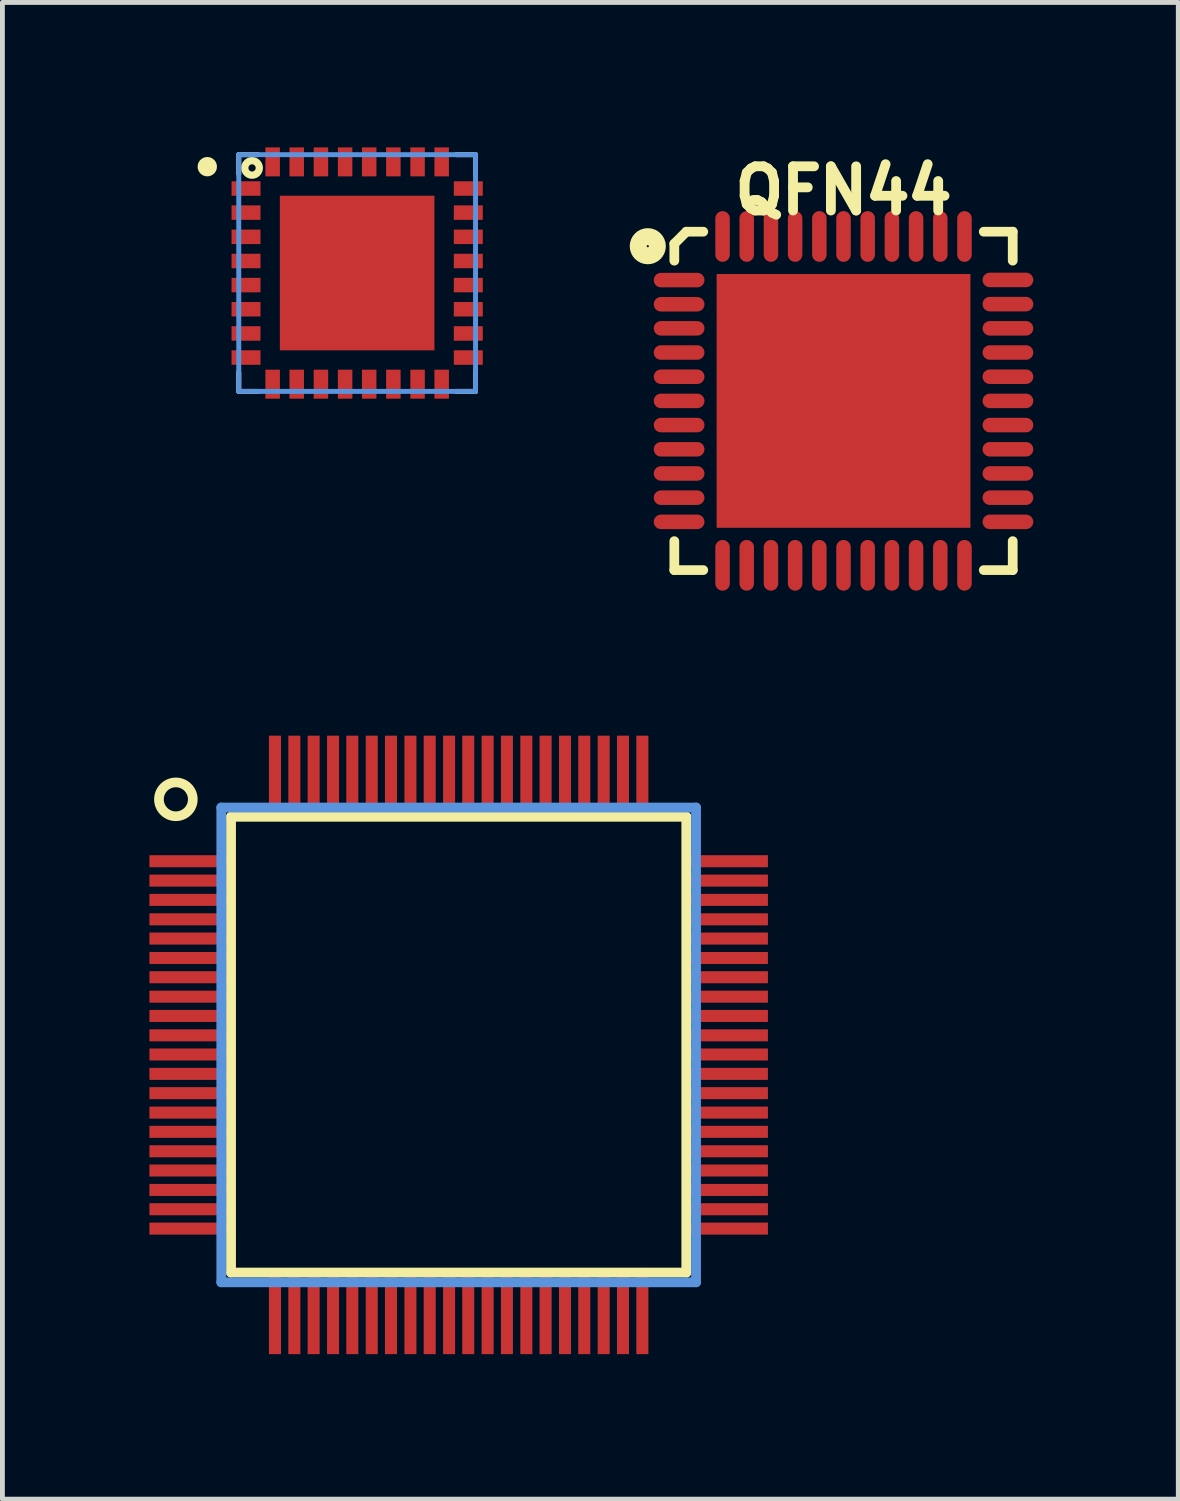
<source format=kicad_pcb>
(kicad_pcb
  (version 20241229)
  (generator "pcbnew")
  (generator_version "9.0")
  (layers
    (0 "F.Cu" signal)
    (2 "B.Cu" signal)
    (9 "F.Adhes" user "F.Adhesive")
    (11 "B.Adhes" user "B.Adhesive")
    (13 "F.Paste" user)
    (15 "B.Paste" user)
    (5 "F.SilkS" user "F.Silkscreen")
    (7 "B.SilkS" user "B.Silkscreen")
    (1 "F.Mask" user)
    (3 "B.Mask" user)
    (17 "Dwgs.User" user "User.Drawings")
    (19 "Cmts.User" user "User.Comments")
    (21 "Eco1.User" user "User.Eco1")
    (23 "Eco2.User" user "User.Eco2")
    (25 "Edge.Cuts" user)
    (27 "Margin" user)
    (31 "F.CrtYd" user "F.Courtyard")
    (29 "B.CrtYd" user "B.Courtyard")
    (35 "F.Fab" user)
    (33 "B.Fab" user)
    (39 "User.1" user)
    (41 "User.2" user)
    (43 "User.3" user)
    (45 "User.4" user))
  (footprint "QFP80_10mm_0.4mm"
    (layer "F.Cu")
    (at 6.438 18.565)
    (property "Reference" "QFP80_10mm_0.4mm" (at 0.05 1 0) (layer "Eco1.User") (effects (font (size 0.8 0.8) (thickness 0.125))))
    (attr through_hole)
    (fp_line (start -4.709 -4.719) (end 4.709 -4.719) (stroke (width 0.203) (type solid)) (layer "F.SilkS"))
    (fp_line (start -4.709 4.709) (end -4.709 -4.719) (stroke (width 0.203) (type solid)) (layer "F.SilkS"))
    (fp_line (start 4.709 -4.719) (end 4.709 4.709) (stroke (width 0.203) (type solid)) (layer "F.SilkS"))
    (fp_line (start 4.709 4.709) (end -4.709 4.709) (stroke (width 0.203) (type solid)) (layer "F.SilkS"))
    (fp_circle (center -5.85 -5.08) (end -5.5 -5.08) (stroke (width 0.2) (type solid)) (fill no) (layer "F.SilkS"))
    (fp_line (start -4.91 -4.91) (end -4.91 4.91) (stroke (width 0.203) (type solid)) (layer "Cmts.User"))
    (fp_line (start -4.91 4.91) (end 4.91 4.91) (stroke (width 0.203) (type solid)) (layer "Cmts.User"))
    (fp_line (start 4.91 -4.91) (end -4.91 -4.91) (stroke (width 0.203) (type solid)) (layer "Cmts.User"))
    (fp_line (start 4.91 4.91) (end 4.91 -4.91) (stroke (width 0.203) (type solid)) (layer "Cmts.User"))
    (pad "1" smd rect (at -5.598 -3.8 270) (size 0.249 1.598) (layers "F.Cu" "F.Mask" "F.Paste"))
    (pad "2" smd rect (at -5.598 -3.399 270) (size 0.249 1.598) (layers "F.Cu" "F.Mask" "F.Paste"))
    (pad "3" smd rect (at -5.598 -3 270) (size 0.249 1.598) (layers "F.Cu" "F.Mask" "F.Paste"))
    (pad "4" smd rect (at -5.598 -2.598 270) (size 0.249 1.598) (layers "F.Cu" "F.Mask" "F.Paste"))
    (pad "5" smd rect (at -5.598 -2.2 270) (size 0.249 1.598) (layers "F.Cu" "F.Mask" "F.Paste"))
    (pad "6" smd rect (at -5.598 -1.798 270) (size 0.249 1.598) (layers "F.Cu" "F.Mask" "F.Paste"))
    (pad "7" smd rect (at -5.598 -1.4 270) (size 0.249 1.598) (layers "F.Cu" "F.Mask" "F.Paste"))
    (pad "8" smd rect (at -5.598 -0.998 270) (size 0.249 1.598) (layers "F.Cu" "F.Mask" "F.Paste"))
    (pad "9" smd rect (at -5.598 -0.599 270) (size 0.249 1.598) (layers "F.Cu" "F.Mask" "F.Paste"))
    (pad "10" smd rect (at -5.598 -0.198 270) (size 0.249 1.598) (layers "F.Cu" "F.Mask" "F.Paste"))
    (pad "11" smd rect (at -5.598 0.198 270) (size 0.249 1.598) (layers "F.Cu" "F.Mask" "F.Paste"))
    (pad "12" smd rect (at -5.598 0.599 270) (size 0.249 1.598) (layers "F.Cu" "F.Mask" "F.Paste"))
    (pad "13" smd rect (at -5.598 0.998 270) (size 0.249 1.598) (layers "F.Cu" "F.Mask" "F.Paste"))
    (pad "14" smd rect (at -5.598 1.4 270) (size 0.249 1.598) (layers "F.Cu" "F.Mask" "F.Paste"))
    (pad "15" smd rect (at -5.598 1.798 270) (size 0.249 1.598) (layers "F.Cu" "F.Mask" "F.Paste"))
    (pad "16" smd rect (at -5.598 2.2 270) (size 0.249 1.598) (layers "F.Cu" "F.Mask" "F.Paste"))
    (pad "17" smd rect (at -5.598 2.598 270) (size 0.249 1.598) (layers "F.Cu" "F.Mask" "F.Paste"))
    (pad "18" smd rect (at -5.598 3 270) (size 0.249 1.598) (layers "F.Cu" "F.Mask" "F.Paste"))
    (pad "19" smd rect (at -5.598 3.399 270) (size 0.249 1.598) (layers "F.Cu" "F.Mask" "F.Paste"))
    (pad "20" smd rect (at -5.598 3.8 270) (size 0.249 1.598) (layers "F.Cu" "F.Mask" "F.Paste"))
    (pad "21" smd rect (at -3.8 5.598 270) (size 1.598 0.249) (layers "F.Cu" "F.Mask" "F.Paste"))
    (pad "22" smd rect (at -3.399 5.598 270) (size 1.598 0.249) (layers "F.Cu" "F.Mask" "F.Paste"))
    (pad "23" smd rect (at -3 5.598 270) (size 1.598 0.249) (layers "F.Cu" "F.Mask" "F.Paste"))
    (pad "24" smd rect (at -2.598 5.598 270) (size 1.598 0.249) (layers "F.Cu" "F.Mask" "F.Paste"))
    (pad "25" smd rect (at -2.2 5.598 270) (size 1.598 0.249) (layers "F.Cu" "F.Mask" "F.Paste"))
    (pad "26" smd rect (at -1.798 5.598 270) (size 1.598 0.249) (layers "F.Cu" "F.Mask" "F.Paste"))
    (pad "27" smd rect (at -1.4 5.598 270) (size 1.598 0.249) (layers "F.Cu" "F.Mask" "F.Paste"))
    (pad "28" smd rect (at -0.998 5.598 270) (size 1.598 0.249) (layers "F.Cu" "F.Mask" "F.Paste"))
    (pad "29" smd rect (at -0.599 5.598 270) (size 1.598 0.249) (layers "F.Cu" "F.Mask" "F.Paste"))
    (pad "30" smd rect (at -0.198 5.598 270) (size 1.598 0.249) (layers "F.Cu" "F.Mask" "F.Paste"))
    (pad "31" smd rect (at 0.198 5.598 270) (size 1.598 0.249) (layers "F.Cu" "F.Mask" "F.Paste"))
    (pad "32" smd rect (at 0.599 5.598 270) (size 1.598 0.249) (layers "F.Cu" "F.Mask" "F.Paste"))
    (pad "33" smd rect (at 0.998 5.598 270) (size 1.598 0.249) (layers "F.Cu" "F.Mask" "F.Paste"))
    (pad "34" smd rect (at 1.4 5.598 270) (size 1.598 0.249) (layers "F.Cu" "F.Mask" "F.Paste"))
    (pad "35" smd rect (at 1.798 5.598 270) (size 1.598 0.249) (layers "F.Cu" "F.Mask" "F.Paste"))
    (pad "36" smd rect (at 2.2 5.598 270) (size 1.598 0.249) (layers "F.Cu" "F.Mask" "F.Paste"))
    (pad "37" smd rect (at 2.598 5.598 270) (size 1.598 0.249) (layers "F.Cu" "F.Mask" "F.Paste"))
    (pad "38" smd rect (at 3 5.598 270) (size 1.598 0.249) (layers "F.Cu" "F.Mask" "F.Paste"))
    (pad "39" smd rect (at 3.399 5.598 270) (size 1.598 0.249) (layers "F.Cu" "F.Mask" "F.Paste"))
    (pad "40" smd rect (at 3.8 5.598 270) (size 1.598 0.249) (layers "F.Cu" "F.Mask" "F.Paste"))
    (pad "41" smd rect (at 5.598 3.8 270) (size 0.249 1.598) (layers "F.Cu" "F.Mask" "F.Paste"))
    (pad "42" smd rect (at 5.598 3.399 270) (size 0.249 1.598) (layers "F.Cu" "F.Mask" "F.Paste"))
    (pad "43" smd rect (at 5.598 3 270) (size 0.249 1.598) (layers "F.Cu" "F.Mask" "F.Paste"))
    (pad "44" smd rect (at 5.598 2.598 270) (size 0.249 1.598) (layers "F.Cu" "F.Mask" "F.Paste"))
    (pad "45" smd rect (at 5.598 2.2 270) (size 0.249 1.598) (layers "F.Cu" "F.Mask" "F.Paste"))
    (pad "46" smd rect (at 5.598 1.798 270) (size 0.249 1.598) (layers "F.Cu" "F.Mask" "F.Paste"))
    (pad "47" smd rect (at 5.598 1.4 270) (size 0.249 1.598) (layers "F.Cu" "F.Mask" "F.Paste"))
    (pad "48" smd rect (at 5.598 0.998 270) (size 0.249 1.598) (layers "F.Cu" "F.Mask" "F.Paste"))
    (pad "49" smd rect (at 5.598 0.599 270) (size 0.249 1.598) (layers "F.Cu" "F.Mask" "F.Paste"))
    (pad "50" smd rect (at 5.598 0.198 270) (size 0.249 1.598) (layers "F.Cu" "F.Mask" "F.Paste"))
    (pad "51" smd rect (at 5.598 -0.198 270) (size 0.249 1.598) (layers "F.Cu" "F.Mask" "F.Paste"))
    (pad "52" smd rect (at 5.598 -0.599 270) (size 0.249 1.598) (layers "F.Cu" "F.Mask" "F.Paste"))
    (pad "53" smd rect (at 5.598 -0.998 270) (size 0.249 1.598) (layers "F.Cu" "F.Mask" "F.Paste"))
    (pad "54" smd rect (at 5.598 -1.4 270) (size 0.249 1.598) (layers "F.Cu" "F.Mask" "F.Paste"))
    (pad "55" smd rect (at 5.598 -1.798 270) (size 0.249 1.598) (layers "F.Cu" "F.Mask" "F.Paste"))
    (pad "56" smd rect (at 5.598 -2.2 270) (size 0.249 1.598) (layers "F.Cu" "F.Mask" "F.Paste"))
    (pad "57" smd rect (at 5.598 -2.598 270) (size 0.249 1.598) (layers "F.Cu" "F.Mask" "F.Paste"))
    (pad "58" smd rect (at 5.598 -3 270) (size 0.249 1.598) (layers "F.Cu" "F.Mask" "F.Paste"))
    (pad "59" smd rect (at 5.598 -3.399 270) (size 0.249 1.598) (layers "F.Cu" "F.Mask" "F.Paste"))
    (pad "60" smd rect (at 5.598 -3.8 270) (size 0.249 1.598) (layers "F.Cu" "F.Mask" "F.Paste"))
    (pad "61" smd rect (at 3.8 -5.598 270) (size 1.598 0.249) (layers "F.Cu" "F.Mask" "F.Paste"))
    (pad "62" smd rect (at 3.399 -5.598 270) (size 1.598 0.249) (layers "F.Cu" "F.Mask" "F.Paste"))
    (pad "63" smd rect (at 3 -5.598 270) (size 1.598 0.249) (layers "F.Cu" "F.Mask" "F.Paste"))
    (pad "64" smd rect (at 2.598 -5.598 270) (size 1.598 0.249) (layers "F.Cu" "F.Mask" "F.Paste"))
    (pad "65" smd rect (at 2.2 -5.598 270) (size 1.598 0.249) (layers "F.Cu" "F.Mask" "F.Paste"))
    (pad "66" smd rect (at 1.798 -5.598 270) (size 1.598 0.249) (layers "F.Cu" "F.Mask" "F.Paste"))
    (pad "67" smd rect (at 1.4 -5.598 270) (size 1.598 0.249) (layers "F.Cu" "F.Mask" "F.Paste"))
    (pad "68" smd rect (at 0.998 -5.598 270) (size 1.598 0.249) (layers "F.Cu" "F.Mask" "F.Paste"))
    (pad "69" smd rect (at 0.599 -5.598 270) (size 1.598 0.249) (layers "F.Cu" "F.Mask" "F.Paste"))
    (pad "70" smd rect (at 0.198 -5.598 270) (size 1.598 0.249) (layers "F.Cu" "F.Mask" "F.Paste"))
    (pad "71" smd rect (at -0.198 -5.598 270) (size 1.598 0.249) (layers "F.Cu" "F.Mask" "F.Paste"))
    (pad "72" smd rect (at -0.599 -5.598 270) (size 1.598 0.249) (layers "F.Cu" "F.Mask" "F.Paste"))
    (pad "73" smd rect (at -0.998 -5.598 270) (size 1.598 0.249) (layers "F.Cu" "F.Mask" "F.Paste"))
    (pad "74" smd rect (at -1.4 -5.598 270) (size 1.598 0.249) (layers "F.Cu" "F.Mask" "F.Paste"))
    (pad "75" smd rect (at -1.798 -5.598 270) (size 1.598 0.249) (layers "F.Cu" "F.Mask" "F.Paste"))
    (pad "76" smd rect (at -2.2 -5.598 270) (size 1.598 0.249) (layers "F.Cu" "F.Mask" "F.Paste"))
    (pad "77" smd rect (at -2.598 -5.598 270) (size 1.598 0.249) (layers "F.Cu" "F.Mask" "F.Paste"))
    (pad "78" smd rect (at -3 -5.598 270) (size 1.598 0.249) (layers "F.Cu" "F.Mask" "F.Paste"))
    (pad "79" smd rect (at -3.399 -5.598 270) (size 1.598 0.249) (layers "F.Cu" "F.Mask" "F.Paste"))
    (pad "80" smd rect (at -3.8 -5.598 270) (size 1.598 0.249) (layers "F.Cu" "F.Mask" "F.Paste")))
  (footprint "QFN44"
    (layer "F.Cu")
    (at 14.399 5.243)
    (property "Reference" "QFN44" (at 0 -4.351 0) (layer "F.SilkS") (effects (font (size 0.914 0.914) (thickness 0.203))))
    (attr smd)
    (fp_line (start -3.5 -3.251) (end -3.251 -3.5) (stroke (width 0.201) (type solid)) (layer "F.SilkS"))
    (fp_line (start -3.5 -2.901) (end -3.5 -3.251) (stroke (width 0.201) (type solid)) (layer "F.SilkS"))
    (fp_line (start -3.5 2.901) (end -3.5 3.5) (stroke (width 0.201) (type solid)) (layer "F.SilkS"))
    (fp_line (start -3.5 3.5) (end -2.901 3.5) (stroke (width 0.201) (type solid)) (layer "F.SilkS"))
    (fp_line (start -3.251 -3.5) (end -2.901 -3.5) (stroke (width 0.201) (type solid)) (layer "F.SilkS"))
    (fp_line (start 2.901 -3.5) (end 3.5 -3.5) (stroke (width 0.201) (type solid)) (layer "F.SilkS"))
    (fp_line (start 2.901 3.5) (end 3.5 3.5) (stroke (width 0.201) (type solid)) (layer "F.SilkS"))
    (fp_line (start 3.5 -3.5) (end 3.5 -2.901) (stroke (width 0.201) (type solid)) (layer "F.SilkS"))
    (fp_line (start 3.5 3.5) (end 3.5 2.901) (stroke (width 0.201) (type solid)) (layer "F.SilkS"))
    (fp_circle (center -4.049 -3.2) (end -3.851 -3.2) (stroke (width 0.351) (type solid)) (fill no) (layer "F.SilkS"))
    (pad "1" smd oval (at -3.401 -2.499 90) (size 0.3 1.049) (layers "F.Cu" "F.Mask" "F.Paste"))
    (pad "2" smd oval (at -3.401 -1.999 90) (size 0.3 1.049) (layers "F.Cu" "F.Mask" "F.Paste"))
    (pad "3" smd oval (at -3.401 -1.501 90) (size 0.3 1.049) (layers "F.Cu" "F.Mask" "F.Paste"))
    (pad "4" smd oval (at -3.401 -1.001 90) (size 0.3 1.049) (layers "F.Cu" "F.Mask" "F.Paste"))
    (pad "5" smd oval (at -3.401 -0.5 90) (size 0.3 1.049) (layers "F.Cu" "F.Mask" "F.Paste"))
    (pad "6" smd oval (at -3.401 0 90) (size 0.3 1.049) (layers "F.Cu" "F.Mask" "F.Paste"))
    (pad "7" smd oval (at -3.401 0.5 90) (size 0.3 1.049) (layers "F.Cu" "F.Mask" "F.Paste"))
    (pad "8" smd oval (at -3.401 1.001 90) (size 0.3 1.049) (layers "F.Cu" "F.Mask" "F.Paste"))
    (pad "9" smd oval (at -3.401 1.501 90) (size 0.3 1.049) (layers "F.Cu" "F.Mask" "F.Paste"))
    (pad "10" smd oval (at -3.401 2.002 90) (size 0.3 1.049) (layers "F.Cu" "F.Mask" "F.Paste"))
    (pad "11" smd oval (at -3.401 2.502 90) (size 0.3 1.049) (layers "F.Cu" "F.Mask" "F.Paste"))
    (pad "12" smd oval (at -2.502 3.401) (size 0.3 1.049) (layers "F.Cu" "F.Mask" "F.Paste"))
    (pad "13" smd oval (at -2.002 3.401) (size 0.3 1.049) (layers "F.Cu" "F.Mask" "F.Paste"))
    (pad "14" smd oval (at -1.501 3.401) (size 0.3 1.049) (layers "F.Cu" "F.Mask" "F.Paste"))
    (pad "15" smd oval (at -1.001 3.401) (size 0.3 1.049) (layers "F.Cu" "F.Mask" "F.Paste"))
    (pad "16" smd oval (at -0.5 3.401) (size 0.3 1.049) (layers "F.Cu" "F.Mask" "F.Paste"))
    (pad "17" smd oval (at 0 3.401) (size 0.3 1.049) (layers "F.Cu" "F.Mask" "F.Paste"))
    (pad "18" smd oval (at 0.5 3.401) (size 0.3 1.049) (layers "F.Cu" "F.Mask" "F.Paste"))
    (pad "19" smd oval (at 1.001 3.401) (size 0.3 1.049) (layers "F.Cu" "F.Mask" "F.Paste"))
    (pad "20" smd oval (at 1.501 3.401) (size 0.3 1.049) (layers "F.Cu" "F.Mask" "F.Paste"))
    (pad "21" smd oval (at 2.002 3.401) (size 0.3 1.049) (layers "F.Cu" "F.Mask" "F.Paste"))
    (pad "22" smd oval (at 2.502 3.401) (size 0.3 1.049) (layers "F.Cu" "F.Mask" "F.Paste"))
    (pad "23" smd oval (at 3.401 2.502 270) (size 0.3 1.049) (layers "F.Cu" "F.Mask" "F.Paste"))
    (pad "24" smd oval (at 3.401 2.002 270) (size 0.3 1.049) (layers "F.Cu" "F.Mask" "F.Paste"))
    (pad "25" smd oval (at 3.401 1.501 270) (size 0.3 1.049) (layers "F.Cu" "F.Mask" "F.Paste"))
    (pad "26" smd oval (at 3.401 1.001 270) (size 0.3 1.049) (layers "F.Cu" "F.Mask" "F.Paste"))
    (pad "27" smd oval (at 3.401 0.5 270) (size 0.3 1.049) (layers "F.Cu" "F.Mask" "F.Paste"))
    (pad "28" smd oval (at 3.401 0 270) (size 0.3 1.049) (layers "F.Cu" "F.Mask" "F.Paste"))
    (pad "29" smd oval (at 3.401 -0.5 270) (size 0.3 1.049) (layers "F.Cu" "F.Mask" "F.Paste"))
    (pad "30" smd oval (at 3.401 -1.001 270) (size 0.3 1.049) (layers "F.Cu" "F.Mask" "F.Paste"))
    (pad "31" smd oval (at 3.401 -1.501 270) (size 0.3 1.049) (layers "F.Cu" "F.Mask" "F.Paste"))
    (pad "32" smd oval (at 3.401 -2.002 270) (size 0.3 1.049) (layers "F.Cu" "F.Mask" "F.Paste"))
    (pad "33" smd oval (at 3.401 -2.502 270) (size 0.3 1.049) (layers "F.Cu" "F.Mask" "F.Paste"))
    (pad "34" smd oval (at 2.502 -3.401) (size 0.3 1.049) (layers "F.Cu" "F.Mask" "F.Paste"))
    (pad "35" smd oval (at 2.002 -3.401) (size 0.3 1.049) (layers "F.Cu" "F.Mask" "F.Paste"))
    (pad "36" smd oval (at 1.501 -3.401) (size 0.3 1.049) (layers "F.Cu" "F.Mask" "F.Paste"))
    (pad "37" smd oval (at 1.001 -3.401) (size 0.3 1.049) (layers "F.Cu" "F.Mask" "F.Paste"))
    (pad "38" smd oval (at 0.5 -3.401) (size 0.3 1.049) (layers "F.Cu" "F.Mask" "F.Paste"))
    (pad "39" smd oval (at 0 -3.401) (size 0.3 1.049) (layers "F.Cu" "F.Mask" "F.Paste"))
    (pad "40" smd oval (at -0.5 -3.401) (size 0.3 1.049) (layers "F.Cu" "F.Mask" "F.Paste"))
    (pad "41" smd oval (at -1.001 -3.401) (size 0.3 1.049) (layers "F.Cu" "F.Mask" "F.Paste"))
    (pad "42" smd oval (at -1.501 -3.401) (size 0.3 1.049) (layers "F.Cu" "F.Mask" "F.Paste"))
    (pad "43" smd oval (at -2.002 -3.401) (size 0.3 1.049) (layers "F.Cu" "F.Mask" "F.Paste"))
    (pad "44" smd oval (at -2.502 -3.401) (size 0.3 1.049) (layers "F.Cu" "F.Mask" "F.Paste"))
    (pad "PAD" smd rect (at 0 0) (size 5.25 5.25) (layers "F.Cu" "F.Mask" "F.Paste")))
  (footprint "QFN32_0.5mm_EP"
    (layer "F.Cu")
    (at 4.338 2.598)
    (property "Reference" "QFN32_0.5mm_EP" (at -0.85 3.2 0) (layer "Eco1.User") (effects (font (size 0.508 0.508) (thickness 0.102))))
    (attr through_hole)
    (fp_line (start -2.449 -2.449) (end -2.05 -2.449) (stroke (width 0.102) (type solid)) (layer "F.SilkS"))
    (fp_line (start -2.449 -2.05) (end -2.449 -2.449) (stroke (width 0.102) (type solid)) (layer "F.SilkS"))
    (fp_line (start -2.449 2.449) (end -2.449 2.05) (stroke (width 0.102) (type solid)) (layer "F.SilkS"))
    (fp_line (start -2.05 2.449) (end -2.449 2.449) (stroke (width 0.102) (type solid)) (layer "F.SilkS"))
    (fp_line (start 2.05 -2.449) (end 2.449 -2.449) (stroke (width 0.102) (type solid)) (layer "F.SilkS"))
    (fp_line (start 2.449 -2.449) (end 2.449 -2.05) (stroke (width 0.102) (type solid)) (layer "F.SilkS"))
    (fp_line (start 2.449 2.05) (end 2.449 2.449) (stroke (width 0.102) (type solid)) (layer "F.SilkS"))
    (fp_line (start 2.449 2.449) (end 2.05 2.449) (stroke (width 0.102) (type solid)) (layer "F.SilkS"))
    (fp_circle (center -3.1 -2.2) (end -3 -2.2) (stroke (width 0.2) (type solid)) (fill no) (layer "F.SilkS"))
    (fp_circle (center -2.174 -2.174) (end -2.024 -2.174) (stroke (width 0.15) (type solid)) (fill no) (layer "F.SilkS"))
    (fp_line (start -2.449 -2.449) (end 2.449 -2.449) (stroke (width 0.102) (type solid)) (layer "Cmts.User"))
    (fp_line (start -2.449 2.449) (end -2.449 -2.449) (stroke (width 0.102) (type solid)) (layer "Cmts.User"))
    (fp_line (start 2.449 -2.449) (end 2.449 2.449) (stroke (width 0.102) (type solid)) (layer "Cmts.User"))
    (fp_line (start 2.449 2.449) (end -2.449 2.449) (stroke (width 0.102) (type solid)) (layer "Cmts.User"))
    (pad "" smd rect (at -1 -1) (size 0.5 0.5) (layers "F.Paste"))
    (pad "" smd rect (at -1 0) (size 0.5 0.5) (layers "F.Paste"))
    (pad "" smd rect (at -1 1) (size 0.5 0.5) (layers "F.Paste"))
    (pad "" smd rect (at 0 -1) (size 0.5 0.5) (layers "F.Paste"))
    (pad "" smd rect (at 0 0) (size 0.5 0.5) (layers "F.Paste"))
    (pad "" smd rect (at 0 1) (size 0.5 0.5) (layers "F.Paste"))
    (pad "" smd rect (at 1 -1) (size 0.5 0.5) (layers "F.Paste"))
    (pad "" smd rect (at 1 0) (size 0.5 0.5) (layers "F.Paste"))
    (pad "" smd rect (at 1 1) (size 0.5 0.5) (layers "F.Paste"))
    (pad "1" smd rect (at -2.299 -1.748) (size 0.599 0.3) (layers "F.Cu" "F.Mask" "F.Paste"))
    (pad "2" smd rect (at -2.299 -1.25) (size 0.599 0.3) (layers "F.Cu" "F.Mask" "F.Paste"))
    (pad "3" smd rect (at -2.299 -0.749) (size 0.599 0.3) (layers "F.Cu" "F.Mask" "F.Paste"))
    (pad "4" smd rect (at -2.299 -0.249) (size 0.599 0.3) (layers "F.Cu" "F.Mask" "F.Paste"))
    (pad "5" smd rect (at -2.299 0.249) (size 0.599 0.3) (layers "F.Cu" "F.Mask" "F.Paste"))
    (pad "6" smd rect (at -2.299 0.749) (size 0.599 0.3) (layers "F.Cu" "F.Mask" "F.Paste"))
    (pad "7" smd rect (at -2.299 1.25) (size 0.599 0.3) (layers "F.Cu" "F.Mask" "F.Paste"))
    (pad "8" smd rect (at -2.299 1.748) (size 0.599 0.3) (layers "F.Cu" "F.Mask" "F.Paste"))
    (pad "9" smd rect (at -1.748 2.299 90) (size 0.599 0.3) (layers "F.Cu" "F.Mask" "F.Paste"))
    (pad "10" smd rect (at -1.25 2.299 90) (size 0.599 0.3) (layers "F.Cu" "F.Mask" "F.Paste"))
    (pad "11" smd rect (at -0.749 2.299 90) (size 0.599 0.3) (layers "F.Cu" "F.Mask" "F.Paste"))
    (pad "12" smd rect (at -0.249 2.299 90) (size 0.599 0.3) (layers "F.Cu" "F.Mask" "F.Paste"))
    (pad "13" smd rect (at 0.249 2.299 90) (size 0.599 0.3) (layers "F.Cu" "F.Mask" "F.Paste"))
    (pad "14" smd rect (at 0.749 2.299 90) (size 0.599 0.3) (layers "F.Cu" "F.Mask" "F.Paste"))
    (pad "15" smd rect (at 1.25 2.299 90) (size 0.599 0.3) (layers "F.Cu" "F.Mask" "F.Paste"))
    (pad "16" smd rect (at 1.748 2.299 90) (size 0.599 0.3) (layers "F.Cu" "F.Mask" "F.Paste"))
    (pad "17" smd rect (at 2.299 1.748 180) (size 0.599 0.3) (layers "F.Cu" "F.Mask" "F.Paste"))
    (pad "18" smd rect (at 2.299 1.25 180) (size 0.599 0.3) (layers "F.Cu" "F.Mask" "F.Paste"))
    (pad "19" smd rect (at 2.299 0.749 180) (size 0.599 0.3) (layers "F.Cu" "F.Mask" "F.Paste"))
    (pad "20" smd rect (at 2.299 0.249 180) (size 0.599 0.3) (layers "F.Cu" "F.Mask" "F.Paste"))
    (pad "21" smd rect (at 2.299 -0.249 180) (size 0.599 0.3) (layers "F.Cu" "F.Mask" "F.Paste"))
    (pad "22" smd rect (at 2.299 -0.749 180) (size 0.599 0.3) (layers "F.Cu" "F.Mask" "F.Paste"))
    (pad "23" smd rect (at 2.299 -1.25 180) (size 0.599 0.3) (layers "F.Cu" "F.Mask" "F.Paste"))
    (pad "24" smd rect (at 2.299 -1.748 180) (size 0.599 0.3) (layers "F.Cu" "F.Mask" "F.Paste"))
    (pad "25" smd rect (at 1.748 -2.299 270) (size 0.599 0.3) (layers "F.Cu" "F.Mask" "F.Paste"))
    (pad "26" smd rect (at 1.25 -2.299 270) (size 0.599 0.3) (layers "F.Cu" "F.Mask" "F.Paste"))
    (pad "27" smd rect (at 0.749 -2.299 270) (size 0.599 0.3) (layers "F.Cu" "F.Mask" "F.Paste"))
    (pad "28" smd rect (at 0.249 -2.299 270) (size 0.599 0.3) (layers "F.Cu" "F.Mask" "F.Paste"))
    (pad "29" smd rect (at -0.249 -2.299 270) (size 0.599 0.3) (layers "F.Cu" "F.Mask" "F.Paste"))
    (pad "30" smd rect (at -0.749 -2.299 270) (size 0.599 0.3) (layers "F.Cu" "F.Mask" "F.Paste"))
    (pad "31" smd rect (at -1.25 -2.299 270) (size 0.599 0.3) (layers "F.Cu" "F.Mask" "F.Paste"))
    (pad "32" smd rect (at -1.748 -2.299 270) (size 0.599 0.3) (layers "F.Cu" "F.Mask" "F.Paste"))
    (pad "PAD" smd rect (at 0 0) (size 3.198 3.198) (layers "F.Cu" "F.Mask")))
  (gr_rect
    (start -3 -3)
    (end 21.324 27.962)
    (stroke (width 0.1) (type default))
    (fill no)
    (layer "Edge.Cuts")))
</source>
